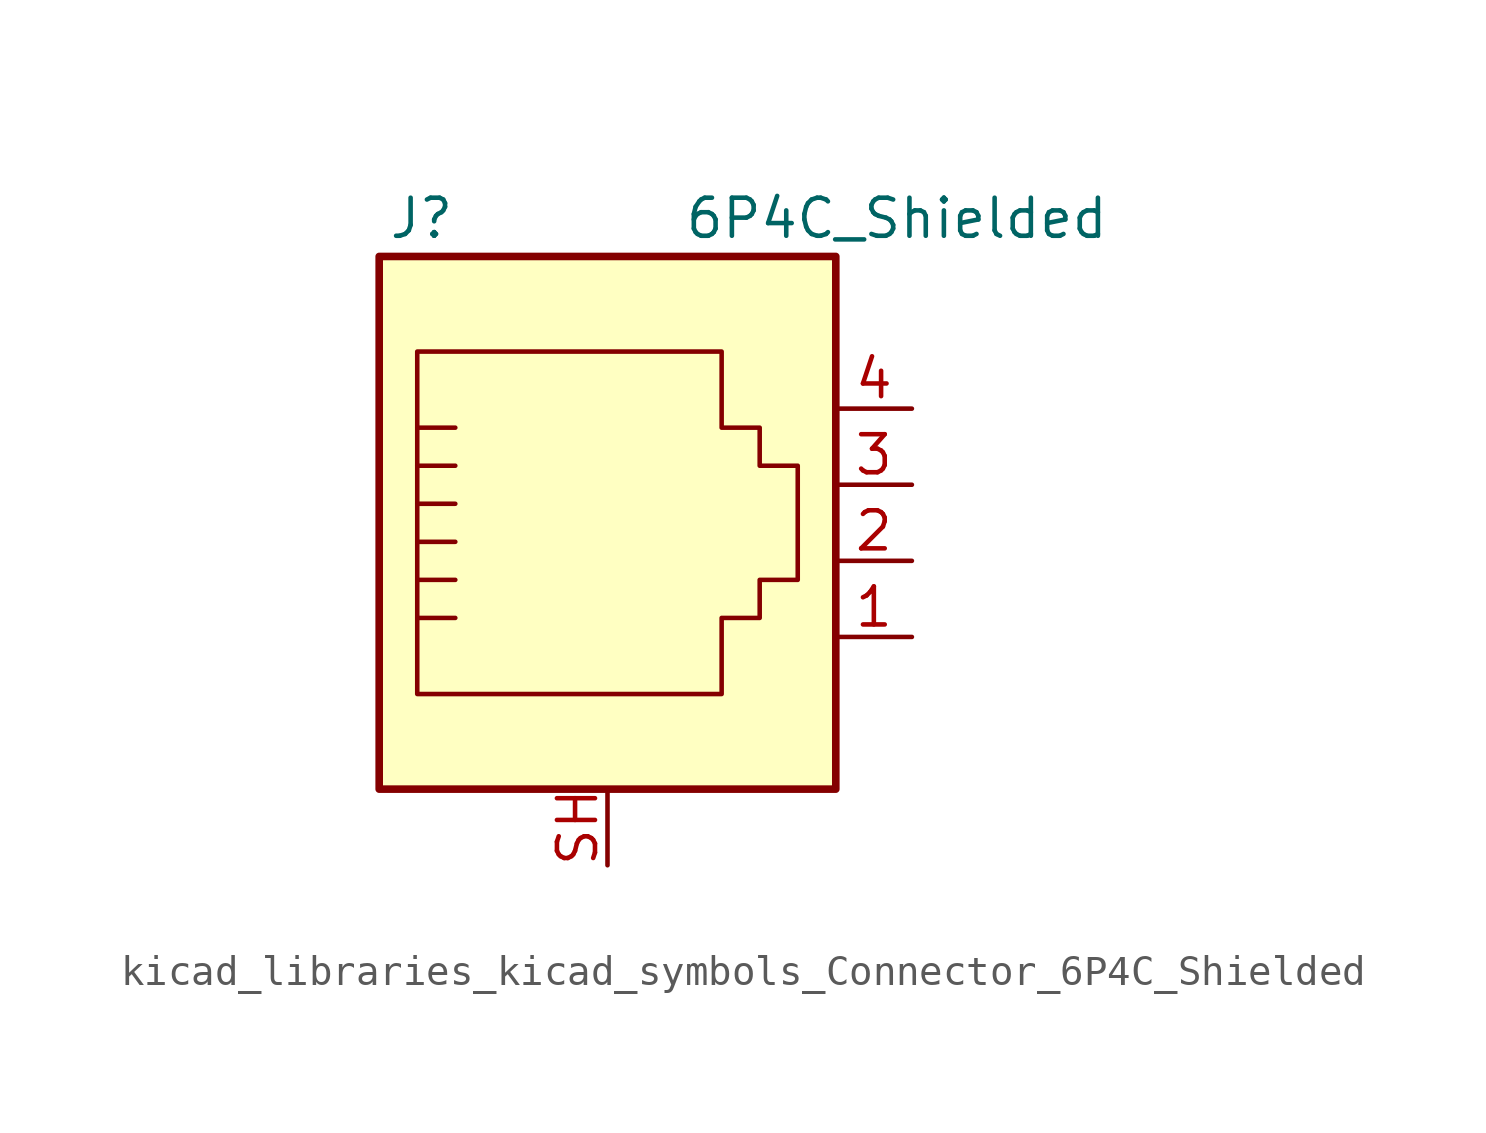
<source format=kicad_sym>
(kicad_symbol_lib
  (version 20220914)
  (generator kicad_symbol_editor)
  (symbol "kicad_libraries_kicad_symbols_Connector_6P4C_Shielded"
    (pin_names
      (offset 1.016))
    (property "Reference" "J"
      (at -5.08 11.43 0)
      (effects (font (size 1.27 1.27)) (justify right)))
    (property "Value" "6P4C_Shielded"
      (at 2.54 11.43 0)
      (effects (font (size 1.27 1.27)) (justify left)))
    (symbol "kicad_libraries_kicad_symbols_Connector_6P4C_Shielded_0_1"
      (polyline (pts (xy -6.35 -1.905) (xy -5.08 -1.905) (xy -5.08 -1.905)) (stroke (width 0) (type default)) (fill (type none)))
      (polyline (pts (xy -6.35 -0.635) (xy -5.08 -0.635) (xy -5.08 -0.635)) (stroke (width 0) (type default)) (fill (type none)))
      (polyline (pts (xy -6.35 0.635) (xy -5.08 0.635) (xy -5.08 0.635)) (stroke (width 0) (type default)) (fill (type none)))
      (polyline (pts (xy -6.35 1.905) (xy -5.08 1.905) (xy -5.08 1.905)) (stroke (width 0) (type default)) (fill (type none)))
      (polyline (pts (xy -6.35 3.175) (xy -5.08 3.175) (xy -5.08 3.175)) (stroke (width 0) (type default)) (fill (type none)))
      (polyline (pts (xy -5.08 4.445) (xy -6.35 4.445) (xy -6.35 4.445)) (stroke (width 0) (type default)) (fill (type none)))
      (polyline (pts (xy -6.35 -4.445) (xy -6.35 6.985) (xy 3.81 6.985) (xy 3.81 4.445) (xy 5.08 4.445) (xy 5.08 3.175) (xy 6.35 3.175) (xy 6.35 -0.635) (xy 5.08 -0.635) (xy 5.08 -1.905) (xy 3.81 -1.905) (xy 3.81 -4.445) (xy -6.35 -4.445) (xy -6.35 -4.445)) (stroke (width 0) (type default)) (fill (type none)))
      (rectangle (start 7.62 10.16) (end -7.62 -7.62) (stroke (width 0.254) (type default)) (fill (type background))))
    (symbol "kicad_libraries_kicad_symbols_Connector_6P4C_Shielded_1_1"
      (pin passive line (at 10.16 -2.54 180) (length 2.54) (name "~" (effects (font (size 1.27 1.27)))) (number "1" (effects (font (size 1.27 1.27)))))
      (pin passive line (at 10.16 0 180) (length 2.54) (name "~" (effects (font (size 1.27 1.27)))) (number "2" (effects (font (size 1.27 1.27)))))
      (pin passive line (at 10.16 2.54 180) (length 2.54) (name "~" (effects (font (size 1.27 1.27)))) (number "3" (effects (font (size 1.27 1.27)))))
      (pin passive line (at 10.16 5.08 180) (length 2.54) (name "~" (effects (font (size 1.27 1.27)))) (number "4" (effects (font (size 1.27 1.27)))))
      (pin passive line (at 0 -10.16 90) (length 2.54) (name "~" (effects (font (size 1.27 1.27)))) (number "SH" (effects (font (size 1.27 1.27))))))))
</source>
